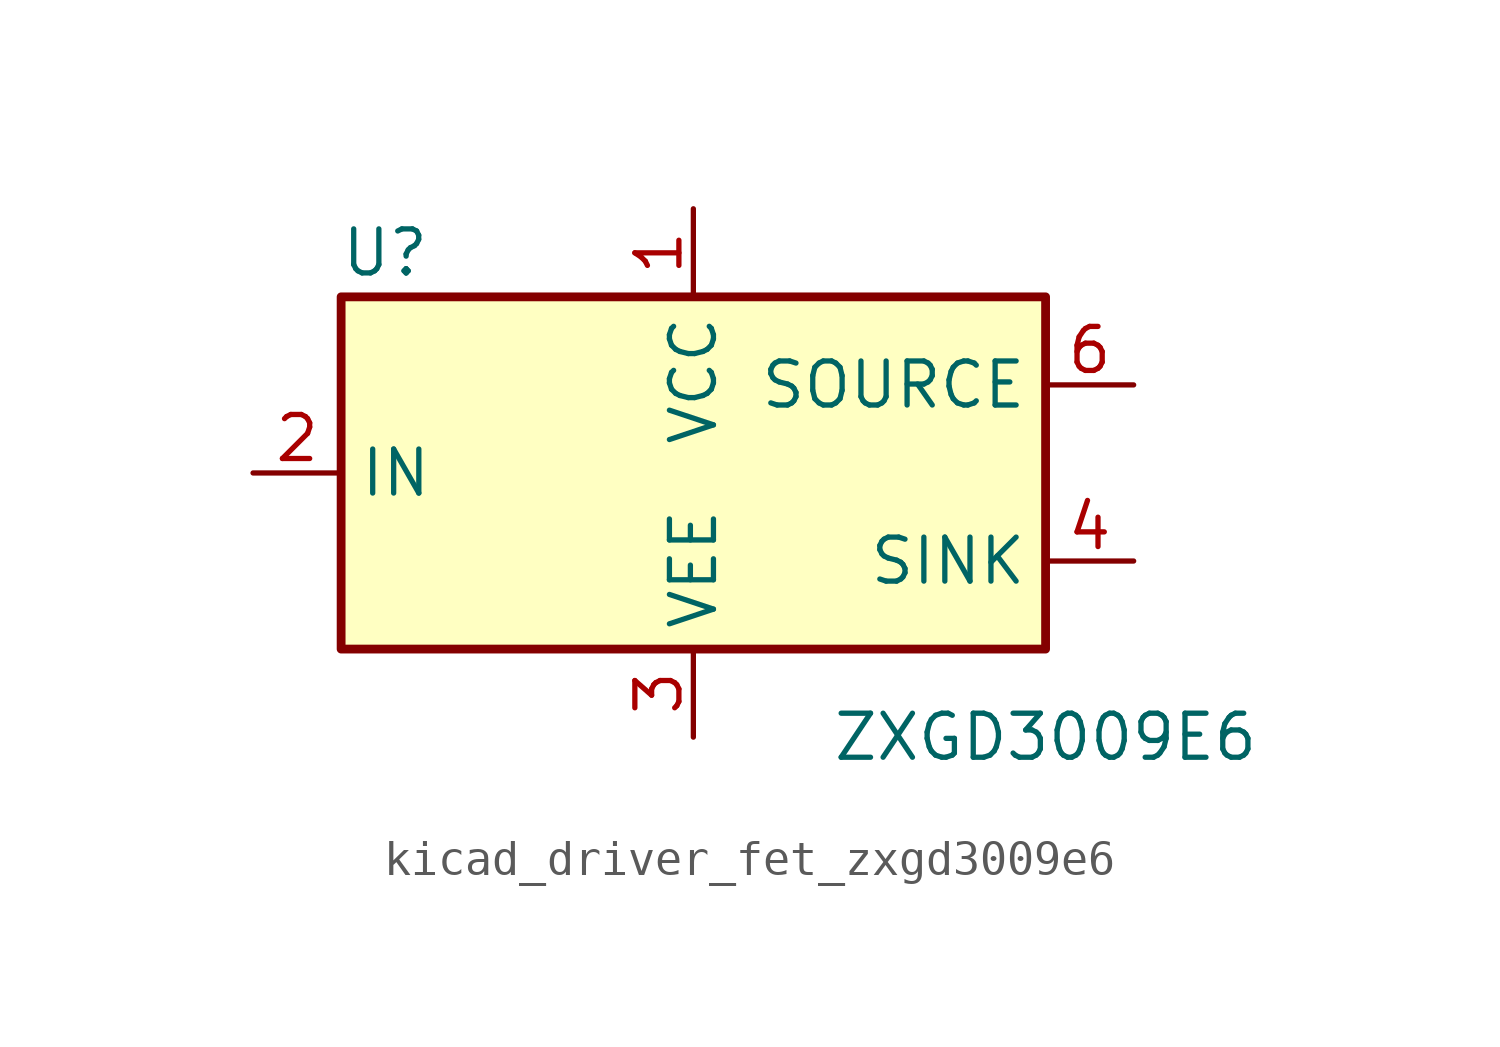
<source format=kicad_sym>
(kicad_symbol_lib
  (version 20220914)
  (generator kicad_symbol_editor)
  (symbol "kicad_driver_fet_zxgd3009e6"
    (property "Reference" "U"
      (at -8.89 6.35 0)
      (effects (font (size 1.27 1.27))))
    (property "Value" "ZXGD3009E6"
      (at 10.16 -7.62 0)
      (effects (font (size 1.27 1.27))))
    (symbol "kicad_driver_fet_zxgd3009e6_0_1"
      (rectangle (start -10.16 5.08) (end 10.16 -5.08) (stroke (width 0.254) (type default)) (fill (type background))))
    (symbol "kicad_driver_fet_zxgd3009e6_1_1"
      (pin power_in line (at 0 7.62 270) (length 2.54) (name "VCC" (effects (font (size 1.27 1.27)))) (number "1" (effects (font (size 1.27 1.27)))))
      (pin input line (at -12.7 0 0) (length 2.54) (name "IN" (effects (font (size 1.27 1.27)))) (number "2" (effects (font (size 1.27 1.27)))))
      (pin power_in line (at 0 -7.62 90) (length 2.54) (name "VEE" (effects (font (size 1.27 1.27)))) (number "3" (effects (font (size 1.27 1.27)))))
      (pin open_collector line (at 12.7 -2.54 180) (length 2.54) (name "SINK" (effects (font (size 1.27 1.27)))) (number "4" (effects (font (size 1.27 1.27)))))
      (pin no_connect line (at 10.16 0 180) (length 2.54) hide (name "NC" (effects (font (size 1.27 1.27)))) (number "5" (effects (font (size 1.27 1.27)))))
      (pin open_emitter line (at 12.7 2.54 180) (length 2.54) (name "SOURCE" (effects (font (size 1.27 1.27)))) (number "6" (effects (font (size 1.27 1.27))))))))
</source>
